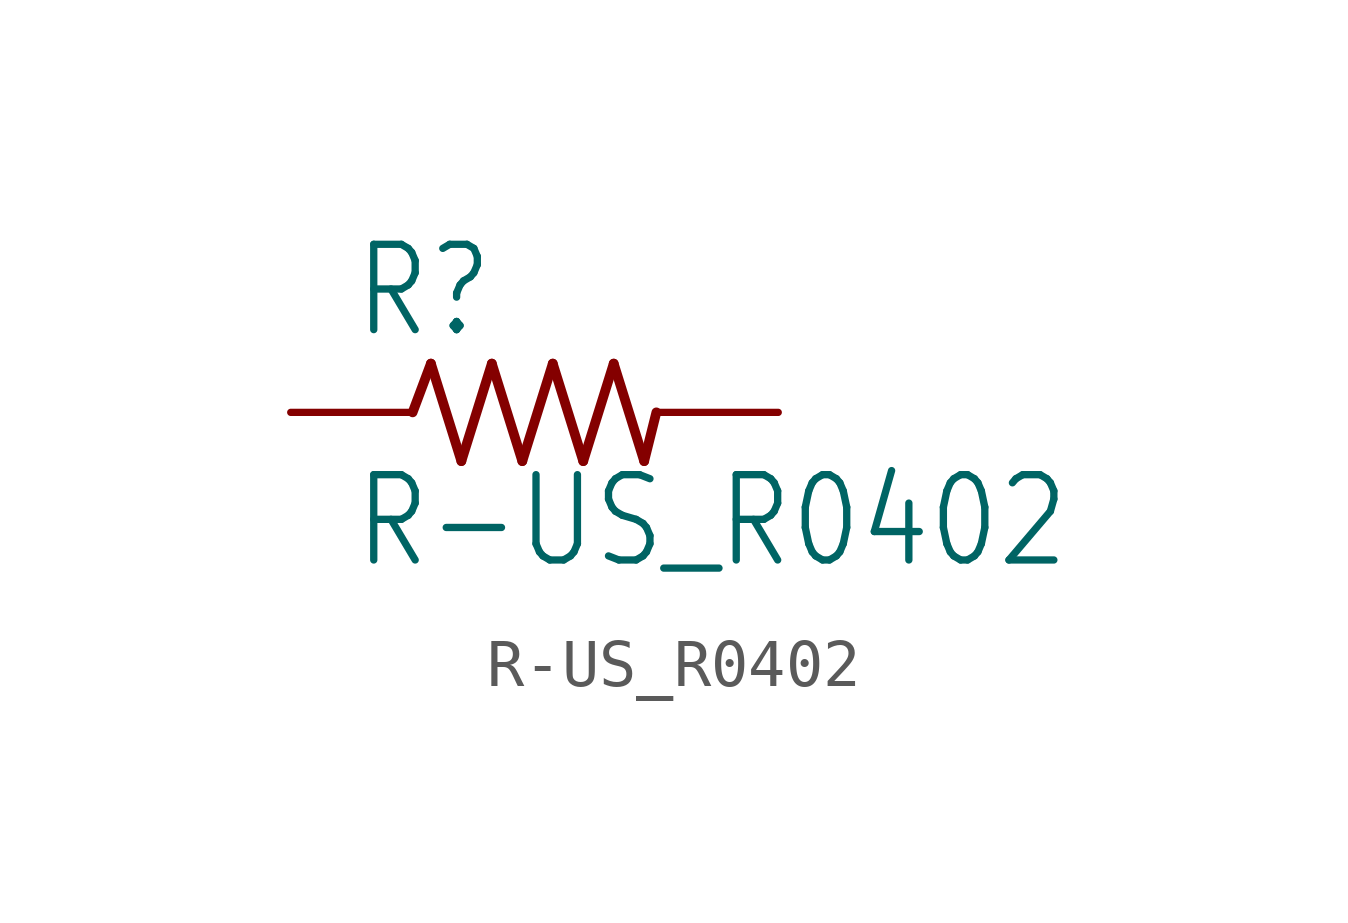
<source format=kicad_sym>
(kicad_symbol_lib
  (version 20211014)
  (generator kicad_symbol_editor)
  (symbol "R-US_R0402"
    (property "Reference" "R"
      (at -3.81 1.499 0)
      (effects (font (size 1.778 1.511)) (justify left bottom)))
    (property "Value" "R-US_R0402"
      (at -3.81 -3.302 0)
      (effects (font (size 1.778 1.511)) (justify left bottom)))
    (property "ki_locked" ""
      (at 0 0 0)
      (effects (font (size 1.27 1.27))))
    (symbol "R-US_R0402_1_0"
      (polyline (pts (xy -2.54 0) (xy -2.159 1.016)) (stroke (width 0.203) (type default) (color 0 0 0 0)) (fill (type none)))
      (polyline (pts (xy -2.159 1.016) (xy -1.524 -1.016)) (stroke (width 0.203) (type default) (color 0 0 0 0)) (fill (type none)))
      (polyline (pts (xy -1.524 -1.016) (xy -0.889 1.016)) (stroke (width 0.203) (type default) (color 0 0 0 0)) (fill (type none)))
      (polyline (pts (xy -0.889 1.016) (xy -0.254 -1.016)) (stroke (width 0.203) (type default) (color 0 0 0 0)) (fill (type none)))
      (polyline (pts (xy -0.254 -1.016) (xy 0.381 1.016)) (stroke (width 0.203) (type default) (color 0 0 0 0)) (fill (type none)))
      (polyline (pts (xy 0.381 1.016) (xy 1.016 -1.016)) (stroke (width 0.203) (type default) (color 0 0 0 0)) (fill (type none)))
      (polyline (pts (xy 1.016 -1.016) (xy 1.651 1.016)) (stroke (width 0.203) (type default) (color 0 0 0 0)) (fill (type none)))
      (polyline (pts (xy 1.651 1.016) (xy 2.286 -1.016)) (stroke (width 0.203) (type default) (color 0 0 0 0)) (fill (type none)))
      (polyline (pts (xy 2.286 -1.016) (xy 2.54 0)) (stroke (width 0.203) (type default) (color 0 0 0 0)) (fill (type none)))
      (pin passive line (at -5.08 0 0) (length 2.54) (name "1" (effects (font (size 0 0)))) (number "1" (effects (font (size 0 0)))))
      (pin passive line (at 5.08 0 180) (length 2.54) (name "2" (effects (font (size 0 0)))) (number "2" (effects (font (size 0 0))))))))
</source>
